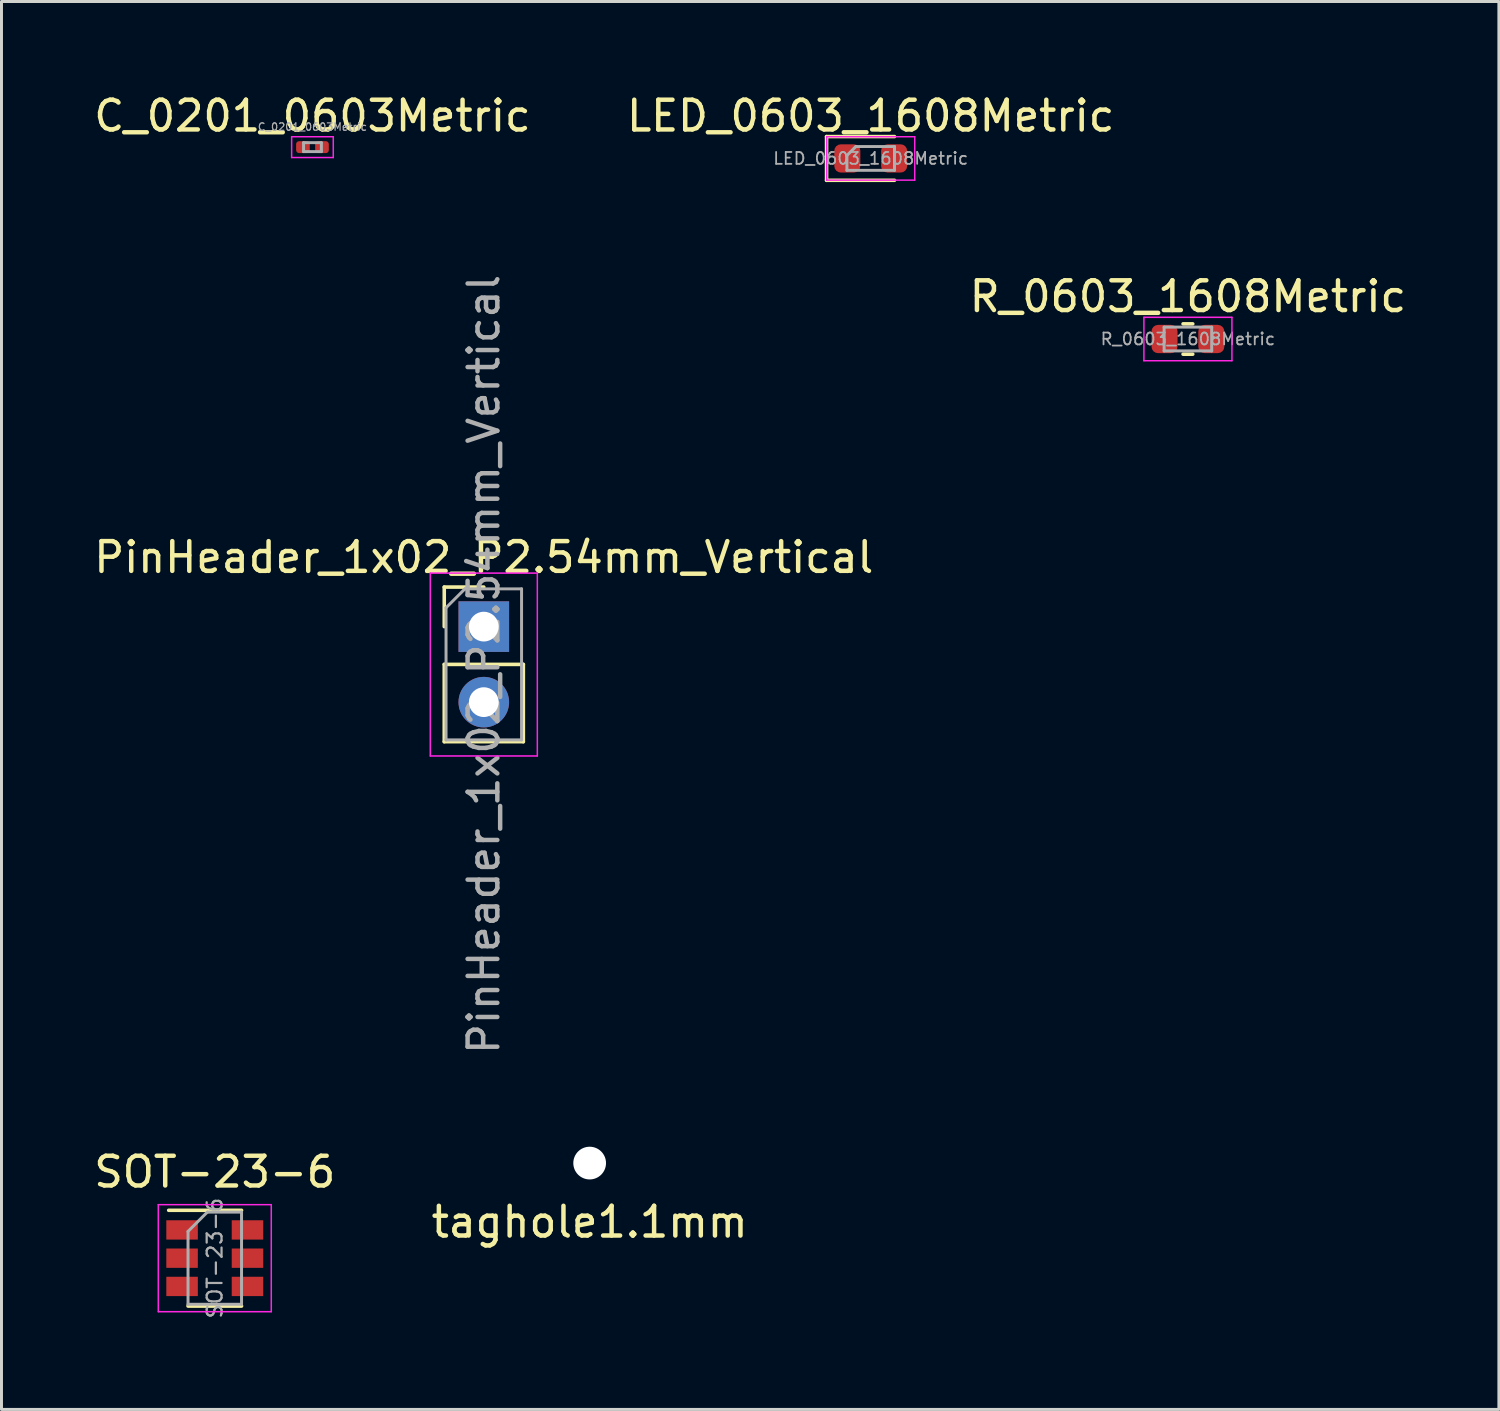
<source format=kicad_pcb>
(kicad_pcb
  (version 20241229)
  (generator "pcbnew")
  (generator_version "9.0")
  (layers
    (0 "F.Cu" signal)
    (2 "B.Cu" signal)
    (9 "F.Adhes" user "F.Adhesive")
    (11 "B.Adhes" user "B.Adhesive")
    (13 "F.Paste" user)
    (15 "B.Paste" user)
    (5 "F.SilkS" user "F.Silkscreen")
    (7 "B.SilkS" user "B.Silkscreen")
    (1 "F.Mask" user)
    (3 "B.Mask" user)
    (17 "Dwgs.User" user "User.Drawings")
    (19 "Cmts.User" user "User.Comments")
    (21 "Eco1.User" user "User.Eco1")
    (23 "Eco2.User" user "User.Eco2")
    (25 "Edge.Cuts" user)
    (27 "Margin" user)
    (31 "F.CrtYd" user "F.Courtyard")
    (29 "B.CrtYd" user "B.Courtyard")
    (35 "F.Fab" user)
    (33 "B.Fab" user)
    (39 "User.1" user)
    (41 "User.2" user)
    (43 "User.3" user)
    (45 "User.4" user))
  (footprint "C_0201_0603Metric"
    (layer "F.Cu")
    (at 7.458 1.898)
    (property "Reference" "C_0201_0603Metric" (at 0 -1.05 180) (layer "F.SilkS") (effects (font (size 1 1) (thickness 0.15))))
    (attr smd)
    (fp_line (start -0.7 -0.35) (end 0.7 -0.35) (stroke (width 0.05) (type solid)) (layer "F.CrtYd"))
    (fp_line (start -0.7 0.35) (end -0.7 -0.35) (stroke (width 0.05) (type solid)) (layer "F.CrtYd"))
    (fp_line (start 0.7 -0.35) (end 0.7 0.35) (stroke (width 0.05) (type solid)) (layer "F.CrtYd"))
    (fp_line (start 0.7 0.35) (end -0.7 0.35) (stroke (width 0.05) (type solid)) (layer "F.CrtYd"))
    (fp_line (start -0.3 -0.15) (end 0.3 -0.15) (stroke (width 0.1) (type solid)) (layer "F.Fab"))
    (fp_line (start -0.3 0.15) (end -0.3 -0.15) (stroke (width 0.1) (type solid)) (layer "F.Fab"))
    (fp_line (start 0.3 -0.15) (end 0.3 0.15) (stroke (width 0.1) (type solid)) (layer "F.Fab"))
    (fp_line (start 0.3 0.15) (end -0.3 0.15) (stroke (width 0.1) (type solid)) (layer "F.Fab"))
    (fp_text user "${REFERENCE}" (at 0 -0.68 180) (layer "F.Fab") (effects (font (size 0.25 0.25) (thickness 0.04))))
    (pad "" smd roundrect (at -0.345 0) (size 0.318 0.36) (layers "F.Paste") (roundrect_rratio 0.25))
    (pad "" smd roundrect (at 0.345 0) (size 0.318 0.36) (layers "F.Paste") (roundrect_rratio 0.25))
    (pad "1" smd roundrect (at -0.32 0) (size 0.46 0.4) (layers "F.Cu" "F.Mask") (roundrect_rratio 0.25))
    (pad "2" smd roundrect (at 0.32 0) (size 0.46 0.4) (layers "F.Cu" "F.Mask") (roundrect_rratio 0.25)))
  (footprint "SOT-23-6"
    (layer "F.Cu")
    (at 4.173 39.262)
    (property "Reference" "SOT-23-6" (at 0 -2.9 0) (layer "F.SilkS") (effects (font (size 1 1) (thickness 0.15))))
    (attr smd)
    (fp_line (start -0.9 1.61) (end 0.9 1.61) (stroke (width 0.12) (type solid)) (layer "F.SilkS"))
    (fp_line (start 0.9 -1.61) (end -1.55 -1.61) (stroke (width 0.12) (type solid)) (layer "F.SilkS"))
    (fp_line (start -1.9 -1.8) (end -1.9 1.8) (stroke (width 0.05) (type solid)) (layer "F.CrtYd"))
    (fp_line (start -1.9 1.8) (end 1.9 1.8) (stroke (width 0.05) (type solid)) (layer "F.CrtYd"))
    (fp_line (start 1.9 -1.8) (end -1.9 -1.8) (stroke (width 0.05) (type solid)) (layer "F.CrtYd"))
    (fp_line (start 1.9 1.8) (end 1.9 -1.8) (stroke (width 0.05) (type solid)) (layer "F.CrtYd"))
    (fp_line (start -0.9 -0.9) (end -0.9 1.55) (stroke (width 0.1) (type solid)) (layer "F.Fab"))
    (fp_line (start -0.9 -0.9) (end -0.25 -1.55) (stroke (width 0.1) (type solid)) (layer "F.Fab"))
    (fp_line (start 0.9 -1.55) (end -0.25 -1.55) (stroke (width 0.1) (type solid)) (layer "F.Fab"))
    (fp_line (start 0.9 -1.55) (end 0.9 1.55) (stroke (width 0.1) (type solid)) (layer "F.Fab"))
    (fp_line (start 0.9 1.55) (end -0.9 1.55) (stroke (width 0.1) (type solid)) (layer "F.Fab"))
    (fp_text user "${REFERENCE}" (at 0 0 90) (layer "F.Fab") (effects (font (size 0.5 0.5) (thickness 0.075))))
    (pad "1" smd rect (at -1.1 -0.95) (size 1.06 0.65) (layers "F.Cu" "F.Mask" "F.Paste"))
    (pad "2" smd rect (at -1.1 0) (size 1.06 0.65) (layers "F.Cu" "F.Mask" "F.Paste"))
    (pad "3" smd rect (at -1.1 0.95) (size 1.06 0.65) (layers "F.Cu" "F.Mask" "F.Paste"))
    (pad "4" smd rect (at 1.1 0.95) (size 1.06 0.65) (layers "F.Cu" "F.Mask" "F.Paste"))
    (pad "5" smd rect (at 1.1 0) (size 1.06 0.65) (layers "F.Cu" "F.Mask" "F.Paste"))
    (pad "6" smd rect (at 1.1 -0.95) (size 1.06 0.65) (layers "F.Cu" "F.Mask" "F.Paste")))
  (footprint "taghole1.1mm"
    (layer "F.Cu")
    (at 16.78 36.064)
    (property "Reference" "taghole1.1mm" (at 0 1.981 0) (layer "F.SilkS") (effects (font (size 1 1) (thickness 0.15))))
    (attr through_hole)
    (pad "" np_thru_hole circle (at 0 0) (size 1.1 1.1) (drill 1.1) (layers "*.Cu" "*.Mask")))
  (footprint "PinHeader_1x02_P2.54mm_Vertical"
    (layer "F.Cu")
    (at 13.22 18.023)
    (property "Reference" "PinHeader_1x02_P2.54mm_Vertical" (at 0 -2.33 0) (layer "F.SilkS") (effects (font (size 1 1) (thickness 0.15))))
    (attr through_hole)
    (fp_line (start -1.33 -1.33) (end 0 -1.33) (stroke (width 0.12) (type solid)) (layer "F.SilkS"))
    (fp_line (start -1.33 0) (end -1.33 -1.33) (stroke (width 0.12) (type solid)) (layer "F.SilkS"))
    (fp_line (start -1.33 1.27) (end -1.33 3.87) (stroke (width 0.12) (type solid)) (layer "F.SilkS"))
    (fp_line (start -1.33 1.27) (end 1.33 1.27) (stroke (width 0.12) (type solid)) (layer "F.SilkS"))
    (fp_line (start -1.33 3.87) (end 1.33 3.87) (stroke (width 0.12) (type solid)) (layer "F.SilkS"))
    (fp_line (start 1.33 1.27) (end 1.33 3.87) (stroke (width 0.12) (type solid)) (layer "F.SilkS"))
    (fp_line (start -1.8 -1.8) (end -1.8 4.35) (stroke (width 0.05) (type solid)) (layer "F.CrtYd"))
    (fp_line (start -1.8 4.35) (end 1.8 4.35) (stroke (width 0.05) (type solid)) (layer "F.CrtYd"))
    (fp_line (start 1.8 -1.8) (end -1.8 -1.8) (stroke (width 0.05) (type solid)) (layer "F.CrtYd"))
    (fp_line (start 1.8 4.35) (end 1.8 -1.8) (stroke (width 0.05) (type solid)) (layer "F.CrtYd"))
    (fp_line (start -1.27 -0.635) (end -0.635 -1.27) (stroke (width 0.1) (type solid)) (layer "F.Fab"))
    (fp_line (start -1.27 3.81) (end -1.27 -0.635) (stroke (width 0.1) (type solid)) (layer "F.Fab"))
    (fp_line (start -0.635 -1.27) (end 1.27 -1.27) (stroke (width 0.1) (type solid)) (layer "F.Fab"))
    (fp_line (start 1.27 -1.27) (end 1.27 3.81) (stroke (width 0.1) (type solid)) (layer "F.Fab"))
    (fp_line (start 1.27 3.81) (end -1.27 3.81) (stroke (width 0.1) (type solid)) (layer "F.Fab"))
    (fp_text user "${REFERENCE}" (at 0 1.27 270) (layer "F.Fab") (effects (font (size 1 1) (thickness 0.15))))
    (pad "1" thru_hole rect (at 0 0) (size 1.7 1.7) (drill 1) (layers "*.Cu" "*.Mask"))
    (pad "2" thru_hole oval (at 0 2.54) (size 1.7 1.7) (drill 1) (layers "*.Cu" "*.Mask")))
  (footprint "LED_0603_1608Metric"
    (layer "F.Cu")
    (at 26.232 2.278)
    (property "Reference" "LED_0603_1608Metric" (at 0 -1.43 0) (layer "F.SilkS") (effects (font (size 1 1) (thickness 0.15))))
    (attr smd)
    (fp_line (start -1.485 -0.735) (end -1.485 0.735) (stroke (width 0.12) (type solid)) (layer "F.SilkS"))
    (fp_line (start -1.485 0.735) (end 0.8 0.735) (stroke (width 0.12) (type solid)) (layer "F.SilkS"))
    (fp_line (start 0.8 -0.735) (end -1.485 -0.735) (stroke (width 0.12) (type solid)) (layer "F.SilkS"))
    (fp_line (start -1.48 -0.73) (end 1.48 -0.73) (stroke (width 0.05) (type solid)) (layer "F.CrtYd"))
    (fp_line (start -1.48 0.73) (end -1.48 -0.73) (stroke (width 0.05) (type solid)) (layer "F.CrtYd"))
    (fp_line (start 1.48 -0.73) (end 1.48 0.73) (stroke (width 0.05) (type solid)) (layer "F.CrtYd"))
    (fp_line (start 1.48 0.73) (end -1.48 0.73) (stroke (width 0.05) (type solid)) (layer "F.CrtYd"))
    (fp_line (start -0.8 -0.1) (end -0.8 0.4) (stroke (width 0.1) (type solid)) (layer "F.Fab"))
    (fp_line (start -0.8 0.4) (end 0.8 0.4) (stroke (width 0.1) (type solid)) (layer "F.Fab"))
    (fp_line (start -0.5 -0.4) (end -0.8 -0.1) (stroke (width 0.1) (type solid)) (layer "F.Fab"))
    (fp_line (start 0.8 -0.4) (end -0.5 -0.4) (stroke (width 0.1) (type solid)) (layer "F.Fab"))
    (fp_line (start 0.8 0.4) (end 0.8 -0.4) (stroke (width 0.1) (type solid)) (layer "F.Fab"))
    (fp_text user "${REFERENCE}" (at 0 0 0) (layer "F.Fab") (effects (font (size 0.4 0.4) (thickness 0.06))))
    (pad "1" smd roundrect (at -0.787 0) (size 0.875 0.95) (layers "F.Cu" "F.Mask" "F.Paste") (roundrect_rratio 0.25))
    (pad "2" smd roundrect (at 0.787 0) (size 0.875 0.95) (layers "F.Cu" "F.Mask" "F.Paste") (roundrect_rratio 0.25)))
  (footprint "R_0603_1608Metric"
    (layer "F.Cu")
    (at 36.899 8.351)
    (property "Reference" "R_0603_1608Metric" (at 0 -1.43 0) (layer "F.SilkS") (effects (font (size 1 1) (thickness 0.15))))
    (attr smd)
    (fp_line (start -0.163 -0.51) (end 0.163 -0.51) (stroke (width 0.12) (type solid)) (layer "F.SilkS"))
    (fp_line (start -0.163 0.51) (end 0.163 0.51) (stroke (width 0.12) (type solid)) (layer "F.SilkS"))
    (fp_line (start -1.48 -0.73) (end 1.48 -0.73) (stroke (width 0.05) (type solid)) (layer "F.CrtYd"))
    (fp_line (start -1.48 0.73) (end -1.48 -0.73) (stroke (width 0.05) (type solid)) (layer "F.CrtYd"))
    (fp_line (start 1.48 -0.73) (end 1.48 0.73) (stroke (width 0.05) (type solid)) (layer "F.CrtYd"))
    (fp_line (start 1.48 0.73) (end -1.48 0.73) (stroke (width 0.05) (type solid)) (layer "F.CrtYd"))
    (fp_line (start -0.8 -0.4) (end 0.8 -0.4) (stroke (width 0.1) (type solid)) (layer "F.Fab"))
    (fp_line (start -0.8 0.4) (end -0.8 -0.4) (stroke (width 0.1) (type solid)) (layer "F.Fab"))
    (fp_line (start 0.8 -0.4) (end 0.8 0.4) (stroke (width 0.1) (type solid)) (layer "F.Fab"))
    (fp_line (start 0.8 0.4) (end -0.8 0.4) (stroke (width 0.1) (type solid)) (layer "F.Fab"))
    (fp_text user "${REFERENCE}" (at 0 0 0) (layer "F.Fab") (effects (font (size 0.4 0.4) (thickness 0.06))))
    (pad "1" smd roundrect (at -0.787 0) (size 0.875 0.95) (layers "F.Cu" "F.Mask" "F.Paste") (roundrect_rratio 0.25))
    (pad "2" smd roundrect (at 0.787 0) (size 0.875 0.95) (layers "F.Cu" "F.Mask" "F.Paste") (roundrect_rratio 0.25)))
  (gr_rect
    (start -3 -3)
    (end 47.357 44.348)
    (stroke (width 0.1) (type default))
    (fill no)
    (layer "Edge.Cuts")))
</source>
